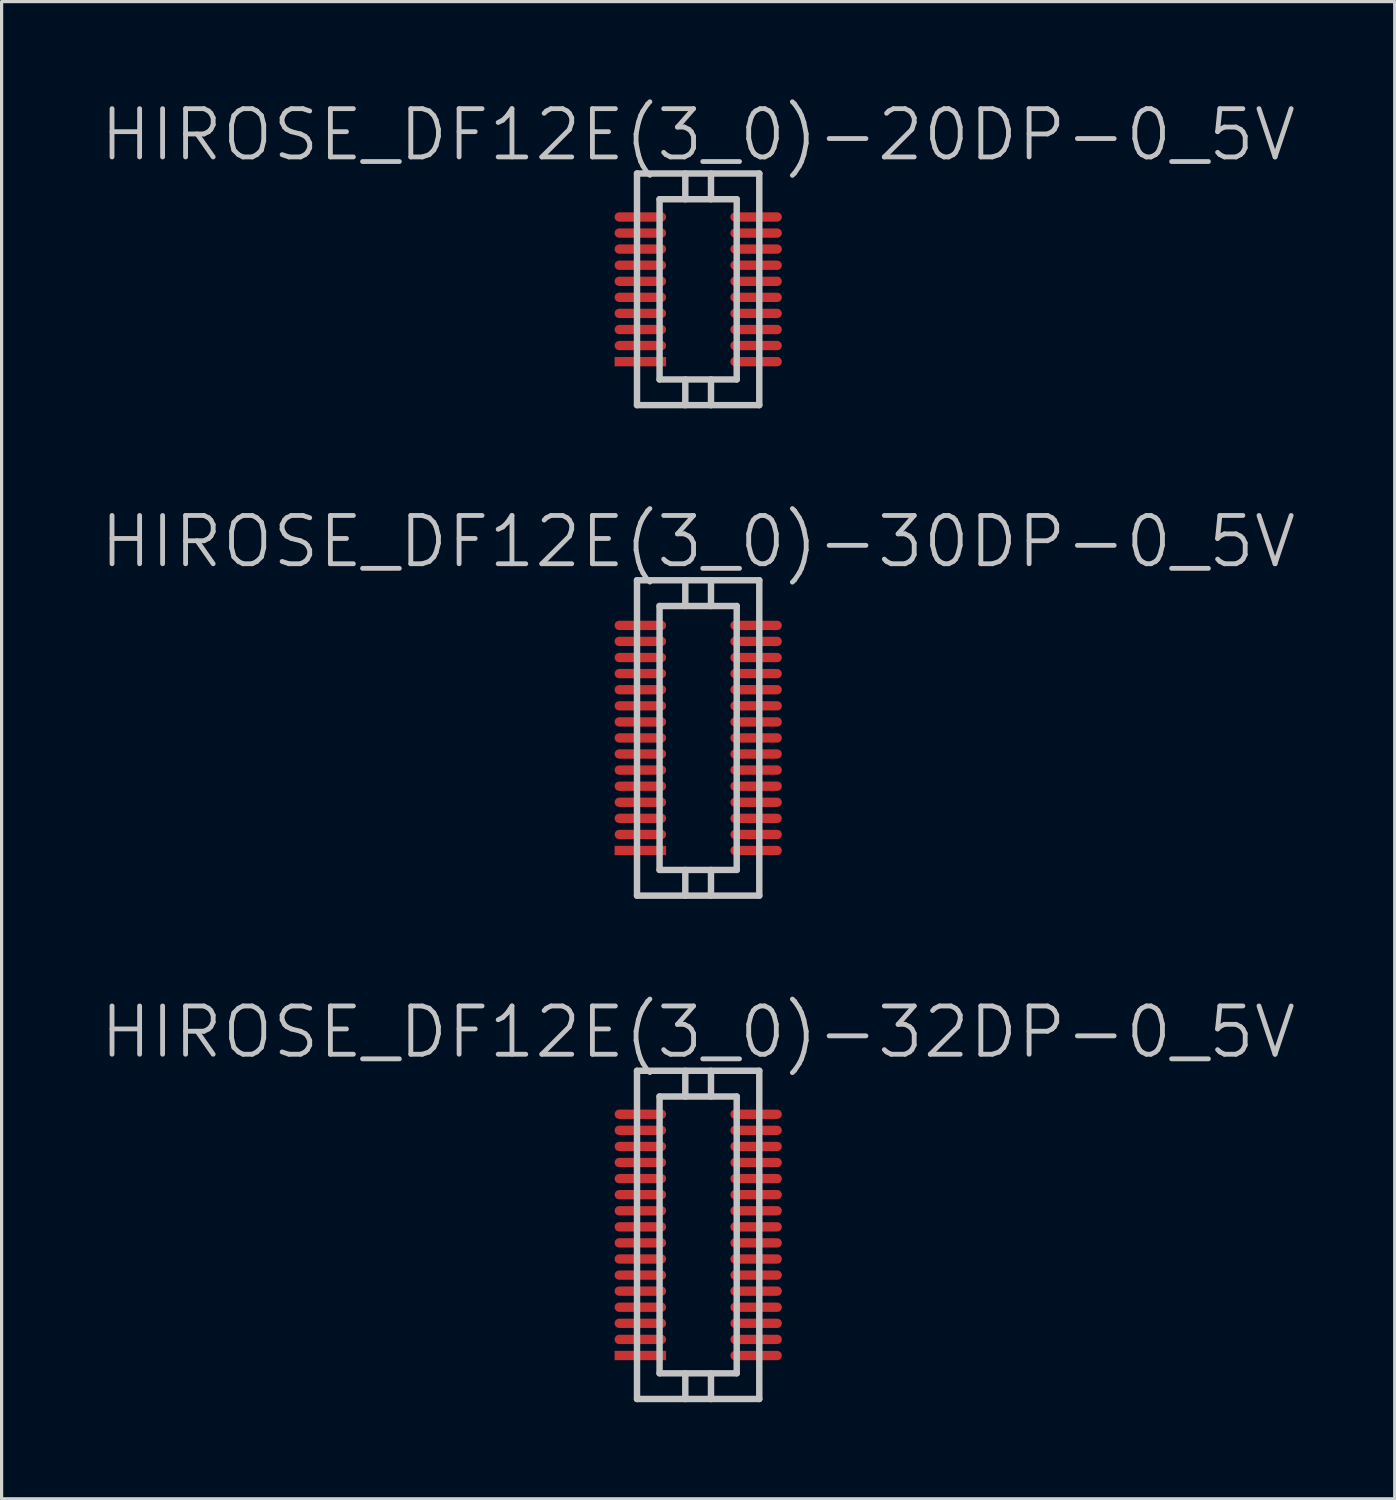
<source format=kicad_pcb>
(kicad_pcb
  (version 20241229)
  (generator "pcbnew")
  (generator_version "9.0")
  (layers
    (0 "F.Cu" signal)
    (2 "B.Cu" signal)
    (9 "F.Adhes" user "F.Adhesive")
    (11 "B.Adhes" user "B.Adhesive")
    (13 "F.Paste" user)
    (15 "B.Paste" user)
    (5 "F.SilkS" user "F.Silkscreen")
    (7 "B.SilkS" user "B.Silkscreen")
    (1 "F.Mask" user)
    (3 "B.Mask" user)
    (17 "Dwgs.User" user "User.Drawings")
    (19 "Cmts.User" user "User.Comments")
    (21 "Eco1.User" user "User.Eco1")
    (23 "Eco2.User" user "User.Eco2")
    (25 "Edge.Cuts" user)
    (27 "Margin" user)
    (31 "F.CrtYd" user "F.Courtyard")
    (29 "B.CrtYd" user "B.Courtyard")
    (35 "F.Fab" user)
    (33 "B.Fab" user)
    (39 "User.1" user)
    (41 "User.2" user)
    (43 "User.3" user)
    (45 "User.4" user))
  (footprint "HIROSE_DF12E(3_0)-20DP-0_5V"
    (layer "F.Cu")
    (at 18.646 5.941)
    (property "Reference" "HIROSE_DF12E(3_0)-20DP-0_5V" (at 0 -4.8 180) (layer "Dwgs.User") (effects (font (size 1.5 1.5) (thickness 0.15))))
    (attr smd)
    (fp_line (start -1.9 3.599) (end -1.9 -3.599) (stroke (width 0.2) (type solid)) (layer "Dwgs.User"))
    (fp_line (start -1.9 3.599) (end 1.9 3.599) (stroke (width 0.2) (type solid)) (layer "Dwgs.User"))
    (fp_line (start -1.199 -2.799) (end -1.199 2.799) (stroke (width 0.2) (type solid)) (layer "Dwgs.User"))
    (fp_line (start -1.199 -2.799) (end 1.199 -2.799) (stroke (width 0.2) (type solid)) (layer "Dwgs.User"))
    (fp_line (start -0.399 -2.799) (end -0.399 -3.599) (stroke (width 0.2) (type solid)) (layer "Dwgs.User"))
    (fp_line (start -0.399 3.602) (end -0.399 2.802) (stroke (width 0.2) (type solid)) (layer "Dwgs.User"))
    (fp_line (start 0.399 -2.799) (end 0.399 -3.599) (stroke (width 0.2) (type solid)) (layer "Dwgs.User"))
    (fp_line (start 0.399 2.802) (end 0.399 3.602) (stroke (width 0.2) (type solid)) (layer "Dwgs.User"))
    (fp_line (start 1.199 2.799) (end 1.199 -2.799) (stroke (width 0.2) (type solid)) (layer "Dwgs.User"))
    (fp_line (start 1.199 2.802) (end -1.199 2.802) (stroke (width 0.2) (type solid)) (layer "Dwgs.User"))
    (fp_line (start 1.9 -3.599) (end -1.9 -3.599) (stroke (width 0.2) (type solid)) (layer "Dwgs.User"))
    (fp_line (start 1.9 -3.599) (end 1.9 3.599) (stroke (width 0.2) (type solid)) (layer "Dwgs.User"))
    (pad "1" smd rect (at -1.796 2.248 270) (size 0.29 1.6) (layers "F.Cu" "F.Mask" "F.Paste"))
    (pad "2" smd oval (at -1.796 1.748 270) (size 0.29 1.6) (layers "F.Cu" "F.Mask" "F.Paste"))
    (pad "3" smd oval (at -1.796 1.25 270) (size 0.29 1.6) (layers "F.Cu" "F.Mask" "F.Paste"))
    (pad "4" smd oval (at -1.796 0.749 270) (size 0.29 1.6) (layers "F.Cu" "F.Mask" "F.Paste"))
    (pad "5" smd oval (at -1.796 0.249 270) (size 0.29 1.6) (layers "F.Cu" "F.Mask" "F.Paste"))
    (pad "6" smd oval (at -1.796 -0.249 270) (size 0.29 1.6) (layers "F.Cu" "F.Mask" "F.Paste"))
    (pad "7" smd oval (at -1.796 -0.749 270) (size 0.29 1.6) (layers "F.Cu" "F.Mask" "F.Paste"))
    (pad "8" smd oval (at -1.796 -1.25 270) (size 0.29 1.6) (layers "F.Cu" "F.Mask" "F.Paste"))
    (pad "9" smd oval (at -1.796 -1.748 270) (size 0.29 1.6) (layers "F.Cu" "F.Mask" "F.Paste"))
    (pad "10" smd oval (at -1.796 -2.248 270) (size 0.29 1.6) (layers "F.Cu" "F.Mask" "F.Paste"))
    (pad "11" smd oval (at 1.801 -2.248 270) (size 0.29 1.6) (layers "F.Cu" "F.Mask" "F.Paste"))
    (pad "12" smd oval (at 1.801 -1.748 270) (size 0.29 1.6) (layers "F.Cu" "F.Mask" "F.Paste"))
    (pad "13" smd oval (at 1.801 -1.25 270) (size 0.29 1.6) (layers "F.Cu" "F.Mask" "F.Paste"))
    (pad "14" smd oval (at 1.801 -0.749 270) (size 0.29 1.6) (layers "F.Cu" "F.Mask" "F.Paste"))
    (pad "15" smd oval (at 1.801 -0.249 270) (size 0.29 1.6) (layers "F.Cu" "F.Mask" "F.Paste"))
    (pad "16" smd oval (at 1.801 0.249 270) (size 0.29 1.6) (layers "F.Cu" "F.Mask" "F.Paste"))
    (pad "17" smd oval (at 1.801 0.749 270) (size 0.29 1.6) (layers "F.Cu" "F.Mask" "F.Paste"))
    (pad "18" smd oval (at 1.801 1.25 270) (size 0.29 1.6) (layers "F.Cu" "F.Mask" "F.Paste"))
    (pad "19" smd oval (at 1.801 1.748 270) (size 0.29 1.6) (layers "F.Cu" "F.Mask" "F.Paste"))
    (pad "20" smd oval (at 1.801 2.248 270) (size 0.29 1.6) (layers "F.Cu" "F.Mask" "F.Paste")))
  (footprint "HIROSE_DF12E(3_0)-30DP-0_5V"
    (layer "F.Cu")
    (at 18.646 19.883)
    (property "Reference" "HIROSE_DF12E(3_0)-30DP-0_5V" (at 0 -6.1 180) (layer "Dwgs.User") (effects (font (size 1.5 1.5) (thickness 0.15))))
    (attr smd)
    (fp_line (start -1.9 4.9) (end -1.9 -4.9) (stroke (width 0.2) (type solid)) (layer "Dwgs.User"))
    (fp_line (start -1.9 4.9) (end 1.9 4.9) (stroke (width 0.2) (type solid)) (layer "Dwgs.User"))
    (fp_line (start -1.199 -4.1) (end -1.199 4.1) (stroke (width 0.2) (type solid)) (layer "Dwgs.User"))
    (fp_line (start -1.199 -4.1) (end 1.199 -4.1) (stroke (width 0.2) (type solid)) (layer "Dwgs.User"))
    (fp_line (start -0.399 -4.1) (end -0.399 -4.9) (stroke (width 0.2) (type solid)) (layer "Dwgs.User"))
    (fp_line (start -0.399 4.902) (end -0.399 4.102) (stroke (width 0.2) (type solid)) (layer "Dwgs.User"))
    (fp_line (start 0.399 -4.1) (end 0.399 -4.9) (stroke (width 0.2) (type solid)) (layer "Dwgs.User"))
    (fp_line (start 0.399 4.102) (end 0.399 4.902) (stroke (width 0.2) (type solid)) (layer "Dwgs.User"))
    (fp_line (start 1.199 4.1) (end 1.199 -4.1) (stroke (width 0.2) (type solid)) (layer "Dwgs.User"))
    (fp_line (start 1.199 4.102) (end -1.199 4.102) (stroke (width 0.2) (type solid)) (layer "Dwgs.User"))
    (fp_line (start 1.9 -4.9) (end -1.9 -4.9) (stroke (width 0.2) (type solid)) (layer "Dwgs.User"))
    (fp_line (start 1.9 -4.9) (end 1.9 4.9) (stroke (width 0.2) (type solid)) (layer "Dwgs.User"))
    (pad "1" smd rect (at -1.796 3.498 270) (size 0.29 1.6) (layers "F.Cu" "F.Mask" "F.Paste"))
    (pad "2" smd oval (at -1.796 3 270) (size 0.29 1.6) (layers "F.Cu" "F.Mask" "F.Paste"))
    (pad "3" smd oval (at -1.796 2.499 270) (size 0.29 1.6) (layers "F.Cu" "F.Mask" "F.Paste"))
    (pad "4" smd oval (at -1.796 1.999 270) (size 0.29 1.6) (layers "F.Cu" "F.Mask" "F.Paste"))
    (pad "5" smd oval (at -1.796 1.499 270) (size 0.29 1.6) (layers "F.Cu" "F.Mask" "F.Paste"))
    (pad "6" smd oval (at -1.796 0.998 270) (size 0.29 1.6) (layers "F.Cu" "F.Mask" "F.Paste"))
    (pad "7" smd oval (at -1.796 0.498 270) (size 0.29 1.6) (layers "F.Cu" "F.Mask" "F.Paste"))
    (pad "8" smd oval (at -1.796 0 270) (size 0.29 1.6) (layers "F.Cu" "F.Mask" "F.Paste"))
    (pad "9" smd oval (at -1.796 -0.498 270) (size 0.29 1.6) (layers "F.Cu" "F.Mask" "F.Paste"))
    (pad "10" smd oval (at -1.796 -0.998 270) (size 0.29 1.6) (layers "F.Cu" "F.Mask" "F.Paste"))
    (pad "11" smd oval (at -1.796 -1.499 270) (size 0.29 1.6) (layers "F.Cu" "F.Mask" "F.Paste"))
    (pad "12" smd oval (at -1.796 -1.999 270) (size 0.29 1.6) (layers "F.Cu" "F.Mask" "F.Paste"))
    (pad "13" smd oval (at -1.796 -2.499 270) (size 0.29 1.6) (layers "F.Cu" "F.Mask" "F.Paste"))
    (pad "14" smd oval (at -1.796 -3 270) (size 0.29 1.6) (layers "F.Cu" "F.Mask" "F.Paste"))
    (pad "15" smd oval (at -1.796 -3.498 270) (size 0.29 1.6) (layers "F.Cu" "F.Mask" "F.Paste"))
    (pad "16" smd oval (at 1.801 -3.498 270) (size 0.29 1.6) (layers "F.Cu" "F.Mask" "F.Paste"))
    (pad "17" smd oval (at 1.801 -3 270) (size 0.29 1.6) (layers "F.Cu" "F.Mask" "F.Paste"))
    (pad "18" smd oval (at 1.801 -2.499 270) (size 0.29 1.6) (layers "F.Cu" "F.Mask" "F.Paste"))
    (pad "19" smd oval (at 1.801 -1.999 270) (size 0.29 1.6) (layers "F.Cu" "F.Mask" "F.Paste"))
    (pad "20" smd oval (at 1.801 -1.499 270) (size 0.29 1.6) (layers "F.Cu" "F.Mask" "F.Paste"))
    (pad "21" smd oval (at 1.801 -0.998 270) (size 0.29 1.6) (layers "F.Cu" "F.Mask" "F.Paste"))
    (pad "22" smd oval (at 1.801 -0.498 270) (size 0.29 1.6) (layers "F.Cu" "F.Mask" "F.Paste"))
    (pad "23" smd oval (at 1.801 0 270) (size 0.29 1.6) (layers "F.Cu" "F.Mask" "F.Paste"))
    (pad "24" smd oval (at 1.801 0.498 270) (size 0.29 1.6) (layers "F.Cu" "F.Mask" "F.Paste"))
    (pad "25" smd oval (at 1.801 0.998 270) (size 0.29 1.6) (layers "F.Cu" "F.Mask" "F.Paste"))
    (pad "26" smd oval (at 1.801 1.499 270) (size 0.29 1.6) (layers "F.Cu" "F.Mask" "F.Paste"))
    (pad "27" smd oval (at 1.801 1.999 270) (size 0.29 1.6) (layers "F.Cu" "F.Mask" "F.Paste"))
    (pad "28" smd oval (at 1.801 2.499 270) (size 0.29 1.6) (layers "F.Cu" "F.Mask" "F.Paste"))
    (pad "29" smd oval (at 1.801 3 270) (size 0.29 1.6) (layers "F.Cu" "F.Mask" "F.Paste"))
    (pad "30" smd oval (at 1.801 3.498 270) (size 0.29 1.6) (layers "F.Cu" "F.Mask" "F.Paste")))
  (footprint "HIROSE_DF12E(3_0)-32DP-0_5V"
    (layer "F.Cu")
    (at 18.646 35.326)
    (property "Reference" "HIROSE_DF12E(3_0)-32DP-0_5V" (at 0 -6.3 180) (layer "Dwgs.User") (effects (font (size 1.5 1.5) (thickness 0.15))))
    (attr smd)
    (fp_line (start -1.9 5.1) (end -1.9 -5.1) (stroke (width 0.2) (type solid)) (layer "Dwgs.User"))
    (fp_line (start -1.9 5.1) (end 1.9 5.1) (stroke (width 0.2) (type solid)) (layer "Dwgs.User"))
    (fp_line (start -1.199 -4.3) (end -1.199 4.3) (stroke (width 0.2) (type solid)) (layer "Dwgs.User"))
    (fp_line (start -1.199 -4.3) (end 1.199 -4.3) (stroke (width 0.2) (type solid)) (layer "Dwgs.User"))
    (fp_line (start -0.399 -4.3) (end -0.399 -5.1) (stroke (width 0.2) (type solid)) (layer "Dwgs.User"))
    (fp_line (start -0.399 5.103) (end -0.399 4.303) (stroke (width 0.2) (type solid)) (layer "Dwgs.User"))
    (fp_line (start 0.399 -4.3) (end 0.399 -5.1) (stroke (width 0.2) (type solid)) (layer "Dwgs.User"))
    (fp_line (start 0.399 4.303) (end 0.399 5.103) (stroke (width 0.2) (type solid)) (layer "Dwgs.User"))
    (fp_line (start 1.199 4.3) (end 1.199 -4.3) (stroke (width 0.2) (type solid)) (layer "Dwgs.User"))
    (fp_line (start 1.199 4.303) (end -1.199 4.303) (stroke (width 0.2) (type solid)) (layer "Dwgs.User"))
    (fp_line (start 1.9 -5.1) (end -1.9 -5.1) (stroke (width 0.2) (type solid)) (layer "Dwgs.User"))
    (fp_line (start 1.9 -5.1) (end 1.9 5.1) (stroke (width 0.2) (type solid)) (layer "Dwgs.User"))
    (pad "1" smd rect (at -1.796 3.749 270) (size 0.29 1.6) (layers "F.Cu" "F.Mask" "F.Paste"))
    (pad "2" smd oval (at -1.796 3.249 270) (size 0.29 1.6) (layers "F.Cu" "F.Mask" "F.Paste"))
    (pad "3" smd oval (at -1.796 2.748 270) (size 0.29 1.6) (layers "F.Cu" "F.Mask" "F.Paste"))
    (pad "4" smd oval (at -1.796 2.248 270) (size 0.29 1.6) (layers "F.Cu" "F.Mask" "F.Paste"))
    (pad "5" smd oval (at -1.796 1.748 270) (size 0.29 1.6) (layers "F.Cu" "F.Mask" "F.Paste"))
    (pad "6" smd oval (at -1.796 1.25 270) (size 0.29 1.6) (layers "F.Cu" "F.Mask" "F.Paste"))
    (pad "7" smd oval (at -1.796 0.749 270) (size 0.29 1.6) (layers "F.Cu" "F.Mask" "F.Paste"))
    (pad "8" smd oval (at -1.796 0.249 270) (size 0.29 1.6) (layers "F.Cu" "F.Mask" "F.Paste"))
    (pad "9" smd oval (at -1.796 -0.249 270) (size 0.29 1.6) (layers "F.Cu" "F.Mask" "F.Paste"))
    (pad "10" smd oval (at -1.796 -0.749 270) (size 0.29 1.6) (layers "F.Cu" "F.Mask" "F.Paste"))
    (pad "11" smd oval (at -1.796 -1.25 270) (size 0.29 1.6) (layers "F.Cu" "F.Mask" "F.Paste"))
    (pad "12" smd oval (at -1.796 -1.748 270) (size 0.29 1.6) (layers "F.Cu" "F.Mask" "F.Paste"))
    (pad "13" smd oval (at -1.796 -2.248 270) (size 0.29 1.6) (layers "F.Cu" "F.Mask" "F.Paste"))
    (pad "14" smd oval (at -1.796 -2.748 270) (size 0.29 1.6) (layers "F.Cu" "F.Mask" "F.Paste"))
    (pad "15" smd oval (at -1.796 -3.249 270) (size 0.29 1.6) (layers "F.Cu" "F.Mask" "F.Paste"))
    (pad "16" smd oval (at -1.796 -3.749 270) (size 0.29 1.6) (layers "F.Cu" "F.Mask" "F.Paste"))
    (pad "17" smd oval (at 1.801 -3.749 270) (size 0.29 1.6) (layers "F.Cu" "F.Mask" "F.Paste"))
    (pad "18" smd oval (at 1.801 -3.249 270) (size 0.29 1.6) (layers "F.Cu" "F.Mask" "F.Paste"))
    (pad "19" smd oval (at 1.801 -2.748 270) (size 0.29 1.6) (layers "F.Cu" "F.Mask" "F.Paste"))
    (pad "20" smd oval (at 1.801 -2.248 270) (size 0.29 1.6) (layers "F.Cu" "F.Mask" "F.Paste"))
    (pad "21" smd oval (at 1.801 -1.748 270) (size 0.29 1.6) (layers "F.Cu" "F.Mask" "F.Paste"))
    (pad "22" smd oval (at 1.801 -1.25 270) (size 0.29 1.6) (layers "F.Cu" "F.Mask" "F.Paste"))
    (pad "23" smd oval (at 1.801 -0.749 270) (size 0.29 1.6) (layers "F.Cu" "F.Mask" "F.Paste"))
    (pad "24" smd oval (at 1.801 -0.249 270) (size 0.29 1.6) (layers "F.Cu" "F.Mask" "F.Paste"))
    (pad "25" smd oval (at 1.801 0.249 270) (size 0.29 1.6) (layers "F.Cu" "F.Mask" "F.Paste"))
    (pad "26" smd oval (at 1.801 0.749 270) (size 0.29 1.6) (layers "F.Cu" "F.Mask" "F.Paste"))
    (pad "27" smd oval (at 1.801 1.25 270) (size 0.29 1.6) (layers "F.Cu" "F.Mask" "F.Paste"))
    (pad "28" smd oval (at 1.801 1.748 270) (size 0.29 1.6) (layers "F.Cu" "F.Mask" "F.Paste"))
    (pad "29" smd oval (at 1.801 2.248 270) (size 0.29 1.6) (layers "F.Cu" "F.Mask" "F.Paste"))
    (pad "30" smd oval (at 1.801 2.748 270) (size 0.29 1.6) (layers "F.Cu" "F.Mask" "F.Paste"))
    (pad "31" smd oval (at 1.801 3.249 270) (size 0.29 1.6) (layers "F.Cu" "F.Mask" "F.Paste"))
    (pad "32" smd oval (at 1.801 3.749 270) (size 0.29 1.6) (layers "F.Cu" "F.Mask" "F.Paste")))
  (gr_rect
    (start -3 -3)
    (end 40.293 43.529)
    (stroke (width 0.1) (type default))
    (fill no)
    (layer "Edge.Cuts")))
</source>
